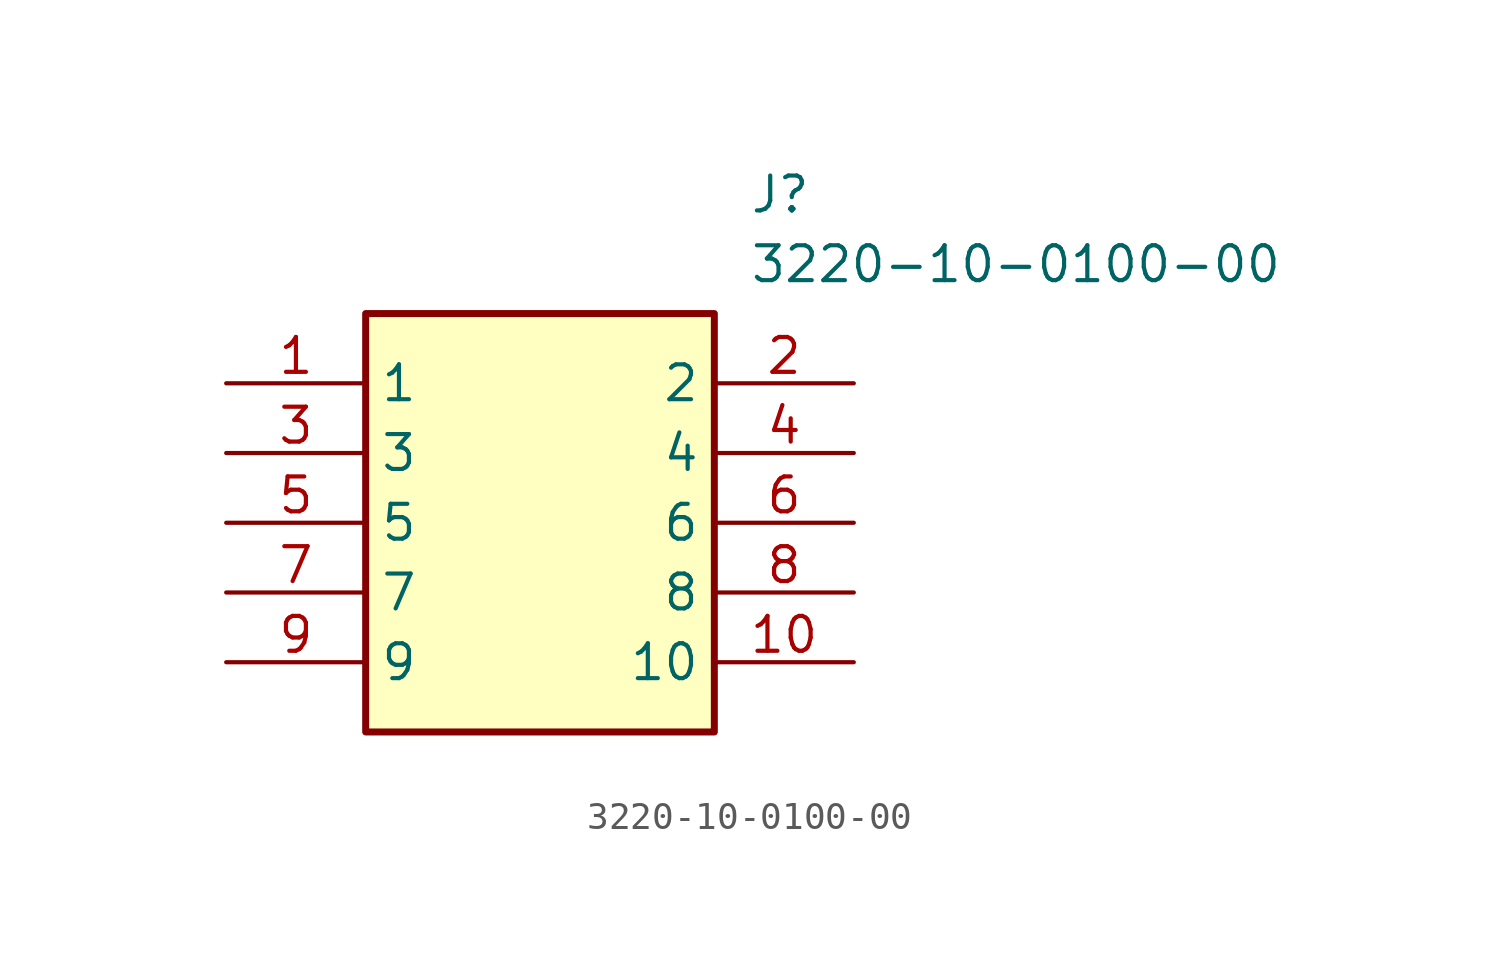
<source format=kicad_sym>
(kicad_symbol_lib
  (version 20211014)
  (generator SamacSys_ECAD_Model)
  (symbol "3220-10-0100-00"
    (property "Reference" "J"
      (at 19.05 7.62 0)
      (effects (font (size 1.27 1.27)) (justify left top)))
    (property "Value" "3220-10-0100-00"
      (at 19.05 5.08 0)
      (effects (font (size 1.27 1.27)) (justify left top)))
    (rectangle
      (start 5.08 2.54)
      (end 17.78 -12.7)
      (stroke (width 0.254) (type default))
      (fill (type background)))
    (pin passive line
      (at 0 0 0)
      (length 5.08)
      (name "1" (effects (font (size 1.27 1.27))))
      (number "1" (effects (font (size 1.27 1.27)))))
    (pin passive line
      (at 22.86 0 180)
      (length 5.08)
      (name "2" (effects (font (size 1.27 1.27))))
      (number "2" (effects (font (size 1.27 1.27)))))
    (pin passive line
      (at 0 -2.54 0)
      (length 5.08)
      (name "3" (effects (font (size 1.27 1.27))))
      (number "3" (effects (font (size 1.27 1.27)))))
    (pin passive line
      (at 22.86 -2.54 180)
      (length 5.08)
      (name "4" (effects (font (size 1.27 1.27))))
      (number "4" (effects (font (size 1.27 1.27)))))
    (pin passive line
      (at 0 -5.08 0)
      (length 5.08)
      (name "5" (effects (font (size 1.27 1.27))))
      (number "5" (effects (font (size 1.27 1.27)))))
    (pin passive line
      (at 22.86 -5.08 180)
      (length 5.08)
      (name "6" (effects (font (size 1.27 1.27))))
      (number "6" (effects (font (size 1.27 1.27)))))
    (pin passive line
      (at 0 -7.62 0)
      (length 5.08)
      (name "7" (effects (font (size 1.27 1.27))))
      (number "7" (effects (font (size 1.27 1.27)))))
    (pin passive line
      (at 22.86 -7.62 180)
      (length 5.08)
      (name "8" (effects (font (size 1.27 1.27))))
      (number "8" (effects (font (size 1.27 1.27)))))
    (pin passive line
      (at 0 -10.16 0)
      (length 5.08)
      (name "9" (effects (font (size 1.27 1.27))))
      (number "9" (effects (font (size 1.27 1.27)))))
    (pin passive line
      (at 22.86 -10.16 180)
      (length 5.08)
      (name "10" (effects (font (size 1.27 1.27))))
      (number "10" (effects (font (size 1.27 1.27)))))))
</source>
